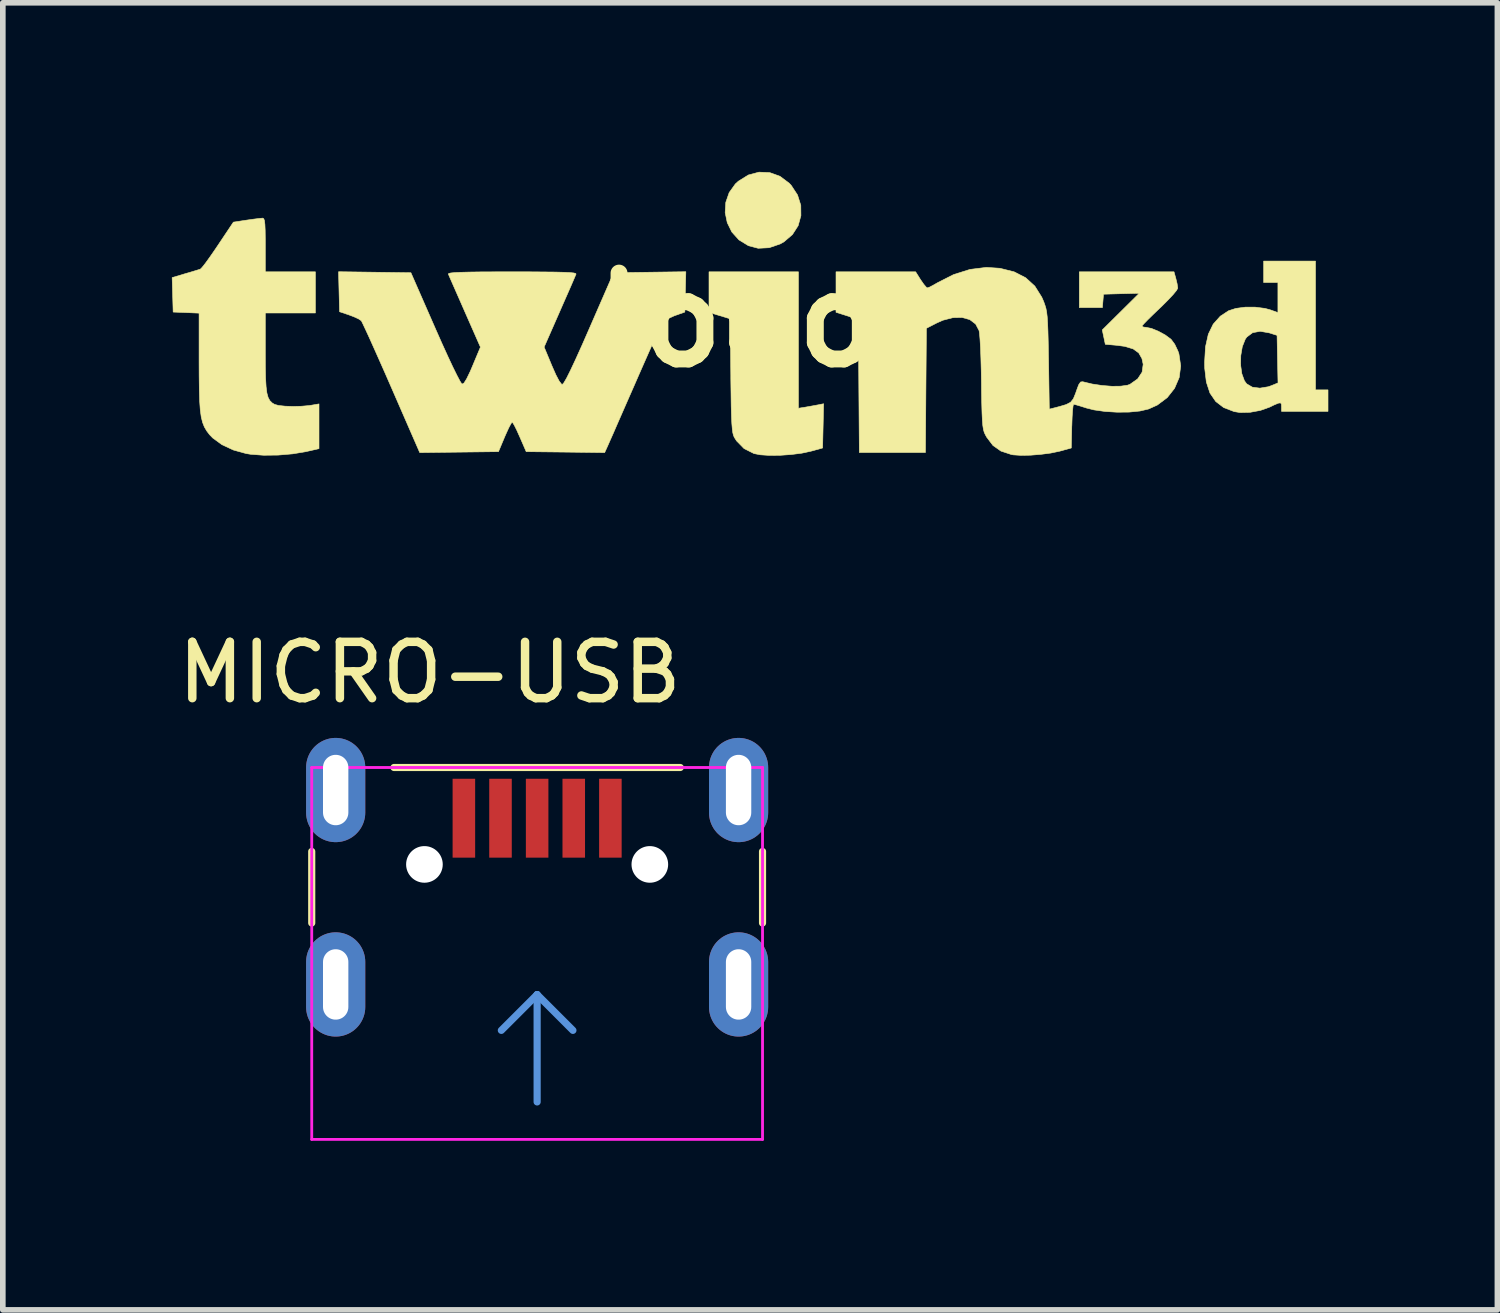
<source format=kicad_pcb>
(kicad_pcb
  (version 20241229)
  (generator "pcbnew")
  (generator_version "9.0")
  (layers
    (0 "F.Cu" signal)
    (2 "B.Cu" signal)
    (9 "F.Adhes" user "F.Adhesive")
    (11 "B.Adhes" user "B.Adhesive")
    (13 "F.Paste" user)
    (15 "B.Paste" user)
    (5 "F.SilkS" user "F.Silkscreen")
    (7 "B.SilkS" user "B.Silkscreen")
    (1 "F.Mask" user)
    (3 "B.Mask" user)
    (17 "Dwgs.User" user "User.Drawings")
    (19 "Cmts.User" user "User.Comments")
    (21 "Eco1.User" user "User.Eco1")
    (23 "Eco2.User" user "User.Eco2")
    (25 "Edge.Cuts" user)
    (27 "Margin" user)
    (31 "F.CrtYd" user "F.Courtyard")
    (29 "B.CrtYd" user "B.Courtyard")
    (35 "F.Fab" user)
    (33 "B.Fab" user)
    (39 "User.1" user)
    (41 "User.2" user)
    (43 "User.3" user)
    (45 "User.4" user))
  (footprint "MICRO-USB"
    (layer "F.Cu")
    (at 6.482 12.695)
    (property "Reference" "MICRO-USB" (at -1.905 -3.81 0) (layer "F.SilkS") (effects (font (size 1 1) (thickness 0.15))))
    (attr through_hole)
    (fp_line (start -4 -0.635) (end -4 0.635) (stroke (width 0.127) (type solid)) (layer "F.SilkS"))
    (fp_line (start -2.54 -2.125) (end 2.54 -2.125) (stroke (width 0.127) (type solid)) (layer "F.SilkS"))
    (fp_line (start 4 -0.635) (end 4 0.635) (stroke (width 0.127) (type solid)) (layer "F.SilkS"))
    (fp_line (start 0 1.905) (end -0.635 2.54) (stroke (width 0.127) (type solid)) (layer "Cmts.User"))
    (fp_line (start 0 1.905) (end 0.635 2.54) (stroke (width 0.127) (type solid)) (layer "Cmts.User"))
    (fp_line (start 0 3.81) (end 0 1.905) (stroke (width 0.127) (type solid)) (layer "Cmts.User"))
    (fp_line (start -4 -2.125) (end -4 4.475) (stroke (width 0.05) (type solid)) (layer "F.CrtYd"))
    (fp_line (start -4 -2.125) (end 4 -2.125) (stroke (width 0.05) (type solid)) (layer "F.CrtYd"))
    (fp_line (start -4 4.475) (end 4 4.475) (stroke (width 0.05) (type solid)) (layer "F.CrtYd"))
    (fp_line (start 4 -2.125) (end 4 4.475) (stroke (width 0.05) (type solid)) (layer "F.CrtYd"))
    (pad "" np_thru_hole circle (at -2 -0.405) (size 0.65 0.65) (drill 0.65) (layers "*.Cu" "*.Mask"))
    (pad "" np_thru_hole circle (at 2 -0.405) (size 0.65 0.65) (drill 0.65) (layers "*.Cu" "*.Mask"))
    (pad "1" smd rect (at -1.3 -1.225) (size 0.4 1.4) (layers "F.Cu" "F.Mask" "F.Paste"))
    (pad "2" smd rect (at -0.65 -1.225) (size 0.4 1.4) (layers "F.Cu" "F.Mask" "F.Paste"))
    (pad "3" smd rect (at 0 -1.225) (size 0.4 1.4) (layers "F.Cu" "F.Mask" "F.Paste"))
    (pad "4" smd rect (at 0.65 -1.225) (size 0.4 1.4) (layers "F.Cu" "F.Mask" "F.Paste"))
    (pad "5" thru_hole oval (at -3.575 -1.725) (size 1.05 1.85) (drill oval 0.45 1.25) (layers "*.Cu" "*.Mask"))
    (pad "5" thru_hole oval (at -3.575 1.725) (size 1.05 1.85) (drill oval 0.45 1.25) (layers "*.Cu" "*.Mask"))
    (pad "5" smd rect (at 1.3 -1.225) (size 0.4 1.4) (layers "F.Cu" "F.Mask" "F.Paste"))
    (pad "5" thru_hole oval (at 3.575 -1.725) (size 1.05 1.85) (drill oval 0.45 1.25) (layers "*.Cu" "*.Mask"))
    (pad "5" thru_hole oval (at 3.575 1.725) (size 1.05 1.85) (drill oval 0.45 1.25) (layers "*.Cu" "*.Mask")))
  (footprint "logo"
    (layer "F.Cu")
    (at 10.04 2.631)
    (property "Reference" "logo" (at 0 0 0) (layer "F.SilkS") (effects (font (size 1.524 1.524) (thickness 0.3))))
    (attr through_hole)
    (fp_poly (pts (xy 0.57 -2.618) (xy 0.751 -2.553) (xy 0.915 -2.43) (xy 0.95 -2.393) (xy 1.063 -2.221) (xy 1.121 -2.038) (xy 1.123 -1.853) (xy 1.074 -1.676) (xy 0.973 -1.519) (xy 0.824 -1.391) (xy 0.758 -1.353) (xy 0.56 -1.285) (xy 0.365 -1.275) (xy 0.191 -1.321) (xy 0.023 -1.424) (xy -0.103 -1.564) (xy -0.184 -1.729) (xy -0.221 -1.908) (xy -0.21 -2.09) (xy -0.15 -2.263) (xy -0.04 -2.417) (xy 0.014 -2.466) (xy 0.191 -2.576) (xy 0.38 -2.626) (xy 0.57 -2.618)) (stroke (width 0.01) (type solid)) (fill yes) (layer "F.SilkS"))
    (fp_poly (pts (xy 1.079 1.564) (xy 1.199 1.545) (xy 1.311 1.525) (xy 1.419 1.505) (xy 1.422 1.505) (xy 1.526 1.484) (xy 1.517 1.877) (xy 1.508 2.269) (xy 1.302 2.326) (xy 1.14 2.361) (xy 0.952 2.385) (xy 0.754 2.399) (xy 0.566 2.401) (xy 0.404 2.39) (xy 0.29 2.368) (xy 0.115 2.28) (xy -0.019 2.143) (xy -0.059 2.08) (xy -0.074 2.045) (xy -0.086 1.997) (xy -0.095 1.928) (xy -0.103 1.832) (xy -0.109 1.702) (xy -0.114 1.53) (xy -0.117 1.31) (xy -0.121 1.034) (xy -0.121 0.981) (xy -0.131 -0.023) (xy -0.319 -0.08) (xy -0.508 -0.137) (xy -0.508 -0.857) (xy 1.079 -0.857) (xy 1.079 1.564)) (stroke (width 0.01) (type solid)) (fill yes) (layer "F.SilkS"))
    (fp_poly (pts (xy 10.255 1.238) (xy 10.477 1.238) (xy 10.477 1.619) (xy 9.652 1.619) (xy 9.652 1.54) (xy 9.65 1.49) (xy 9.634 1.468) (xy 9.594 1.474) (xy 9.516 1.507) (xy 9.443 1.543) (xy 9.278 1.602) (xy 9.093 1.636) (xy 8.915 1.64) (xy 8.811 1.623) (xy 8.626 1.552) (xy 8.484 1.443) (xy 8.382 1.294) (xy 8.318 1.099) (xy 8.289 0.855) (xy 8.288 0.796) (xy 8.926 0.796) (xy 8.948 0.952) (xy 8.994 1.077) (xy 9.034 1.131) (xy 9.135 1.19) (xy 9.268 1.207) (xy 9.419 1.182) (xy 9.479 1.16) (xy 9.59 1.114) (xy 9.581 0.692) (xy 9.573 0.27) (xy 9.433 0.226) (xy 9.273 0.198) (xy 9.139 0.223) (xy 9.037 0.299) (xy 9.009 0.338) (xy 8.956 0.471) (xy 8.929 0.63) (xy 8.926 0.796) (xy 8.288 0.796) (xy 8.287 0.748) (xy 8.303 0.474) (xy 8.353 0.25) (xy 8.44 0.071) (xy 8.566 -0.07) (xy 8.712 -0.166) (xy 8.841 -0.208) (xy 9.006 -0.23) (xy 9.186 -0.23) (xy 9.358 -0.208) (xy 9.454 -0.182) (xy 9.588 -0.134) (xy 9.588 -0.667) (xy 9.335 -0.667) (xy 9.335 -1.048) (xy 10.255 -1.048) (xy 10.255 1.238)) (stroke (width 0.01) (type solid)) (fill yes) (layer "F.SilkS"))
    (fp_poly (pts (xy -8.41 -1.8) (xy -8.397 -1.766) (xy -8.389 -1.698) (xy -8.384 -1.589) (xy -8.382 -1.428) (xy -8.382 -1.333) (xy -8.382 -0.857) (xy -7.493 -0.857) (xy -7.493 -0.127) (xy -8.382 -0.127) (xy -8.382 0.573) (xy -8.381 0.828) (xy -8.377 1.028) (xy -8.368 1.18) (xy -8.354 1.292) (xy -8.332 1.372) (xy -8.302 1.428) (xy -8.262 1.468) (xy -8.218 1.495) (xy -8.146 1.515) (xy -8.03 1.527) (xy -7.888 1.532) (xy -7.739 1.528) (xy -7.602 1.516) (xy -7.564 1.51) (xy -7.429 1.487) (xy -7.429 2.281) (xy -7.657 2.333) (xy -7.894 2.373) (xy -8.153 2.395) (xy -8.41 2.398) (xy -8.64 2.381) (xy -8.721 2.368) (xy -8.949 2.305) (xy -9.152 2.21) (xy -9.314 2.092) (xy -9.371 2.033) (xy -9.422 1.966) (xy -9.463 1.896) (xy -9.495 1.815) (xy -9.519 1.717) (xy -9.536 1.593) (xy -9.547 1.434) (xy -9.553 1.235) (xy -9.556 0.986) (xy -9.557 0.742) (xy -9.557 -0.124) (xy -9.787 -0.134) (xy -10.017 -0.143) (xy -10.026 -0.449) (xy -10.035 -0.755) (xy -9.804 -0.824) (xy -9.687 -0.858) (xy -9.592 -0.887) (xy -9.537 -0.904) (xy -9.534 -0.905) (xy -9.504 -0.935) (xy -9.446 -1.008) (xy -9.368 -1.116) (xy -9.276 -1.249) (xy -9.222 -1.329) (xy -8.948 -1.739) (xy -8.711 -1.775) (xy -8.59 -1.792) (xy -8.491 -1.804) (xy -8.432 -1.81) (xy -8.428 -1.81) (xy -8.41 -1.8)) (stroke (width 0.01) (type solid)) (fill yes) (layer "F.SilkS"))
    (fp_poly (pts (xy -0.928 -0.501) (xy -0.937 -0.143) (xy -1.123 -0.077) (xy -1.264 -0.014) (xy -1.343 0.054) (xy -1.351 0.066) (xy -1.372 0.113) (xy -1.417 0.21) (xy -1.479 0.351) (xy -1.558 0.529) (xy -1.649 0.735) (xy -1.75 0.964) (xy -1.835 1.159) (xy -1.941 1.4) (xy -2.04 1.626) (xy -2.129 1.829) (xy -2.204 2.002) (xy -2.264 2.137) (xy -2.304 2.228) (xy -2.32 2.263) (xy -2.36 2.351) (xy -3.056 2.342) (xy -3.752 2.334) (xy -3.866 2.072) (xy -3.918 1.956) (xy -3.963 1.866) (xy -3.994 1.816) (xy -4.001 1.81) (xy -4.022 1.837) (xy -4.061 1.91) (xy -4.109 2.015) (xy -4.134 2.072) (xy -4.244 2.334) (xy -5.641 2.351) (xy -6.143 1.199) (xy -6.254 0.945) (xy -6.359 0.708) (xy -6.454 0.495) (xy -6.536 0.312) (xy -6.603 0.167) (xy -6.651 0.065) (xy -6.677 0.013) (xy -6.681 0.009) (xy -6.729 -0.023) (xy -6.816 -0.062) (xy -6.89 -0.09) (xy -7.064 -0.149) (xy -7.073 -0.504) (xy -7.082 -0.859) (xy -6.44 -0.85) (xy -5.798 -0.841) (xy -5.367 0.143) (xy -5.25 0.407) (xy -5.145 0.638) (xy -5.055 0.83) (xy -4.981 0.98) (xy -4.927 1.082) (xy -4.895 1.131) (xy -4.889 1.135) (xy -4.855 1.115) (xy -4.809 1.042) (xy -4.746 0.912) (xy -4.703 0.811) (xy -4.564 0.479) (xy -4.841 -0.15) (xy -4.923 -0.337) (xy -4.997 -0.505) (xy -5.059 -0.646) (xy -5.105 -0.751) (xy -5.13 -0.809) (xy -5.134 -0.818) (xy -5.126 -0.828) (xy -5.089 -0.837) (xy -5.018 -0.844) (xy -4.909 -0.849) (xy -4.756 -0.853) (xy -4.553 -0.856) (xy -4.297 -0.857) (xy -4 -0.857) (xy -3.689 -0.857) (xy -3.436 -0.855) (xy -3.236 -0.853) (xy -3.085 -0.849) (xy -2.978 -0.844) (xy -2.909 -0.837) (xy -2.874 -0.828) (xy -2.867 -0.818) (xy -2.884 -0.778) (xy -2.922 -0.689) (xy -2.978 -0.56) (xy -3.048 -0.401) (xy -3.128 -0.219) (xy -3.158 -0.15) (xy -3.434 0.478) (xy -3.296 0.81) (xy -3.225 0.971) (xy -3.167 1.081) (xy -3.125 1.136) (xy -3.111 1.142) (xy -3.085 1.114) (xy -3.036 1.031) (xy -2.966 0.891) (xy -2.874 0.695) (xy -2.759 0.44) (xy -2.632 0.15) (xy -2.2 -0.841) (xy -1.559 -0.85) (xy -0.919 -0.859) (xy -0.928 -0.501)) (stroke (width 0.01) (type solid)) (fill yes) (layer "F.SilkS"))
    (fp_poly (pts (xy 4.655 -0.92) (xy 4.907 -0.857) (xy 5.112 -0.752) (xy 5.274 -0.604) (xy 5.397 -0.408) (xy 5.432 -0.328) (xy 5.453 -0.269) (xy 5.471 -0.21) (xy 5.484 -0.142) (xy 5.494 -0.057) (xy 5.501 0.054) (xy 5.507 0.199) (xy 5.512 0.388) (xy 5.516 0.628) (xy 5.518 0.718) (xy 5.531 1.58) (xy 5.71 1.534) (xy 5.831 1.498) (xy 5.908 1.458) (xy 5.958 1.396) (xy 5.999 1.295) (xy 6.016 1.245) (xy 6.053 1.146) (xy 6.086 1.098) (xy 6.123 1.093) (xy 6.288 1.133) (xy 6.467 1.16) (xy 6.643 1.174) (xy 6.799 1.172) (xy 6.919 1.155) (xy 6.963 1.139) (xy 7.1 1.042) (xy 7.178 0.923) (xy 7.197 0.784) (xy 7.175 0.682) (xy 7.118 0.582) (xy 7.02 0.511) (xy 6.872 0.466) (xy 6.731 0.447) (xy 6.525 0.429) (xy 6.498 0.301) (xy 6.471 0.174) (xy 7.128 -0.477) (xy 6.81 -0.469) (xy 6.493 -0.46) (xy 6.483 -0.341) (xy 6.473 -0.222) (xy 6.269 -0.222) (xy 6.064 -0.222) (xy 6.064 -0.857) (xy 6.904 -0.857) (xy 7.744 -0.857) (xy 7.777 -0.738) (xy 7.799 -0.647) (xy 7.81 -0.575) (xy 7.81 -0.566) (xy 7.788 -0.526) (xy 7.728 -0.453) (xy 7.637 -0.356) (xy 7.526 -0.245) (xy 7.493 -0.214) (xy 7.378 -0.104) (xy 7.281 -0.009) (xy 7.211 0.063) (xy 7.177 0.102) (xy 7.176 0.106) (xy 7.202 0.123) (xy 7.247 0.128) (xy 7.343 0.147) (xy 7.464 0.196) (xy 7.586 0.262) (xy 7.685 0.335) (xy 7.693 0.342) (xy 7.757 0.428) (xy 7.813 0.546) (xy 7.831 0.597) (xy 7.863 0.813) (xy 7.836 1.019) (xy 7.754 1.21) (xy 7.624 1.375) (xy 7.448 1.507) (xy 7.29 1.578) (xy 7.14 1.613) (xy 6.948 1.632) (xy 6.735 1.634) (xy 6.52 1.621) (xy 6.323 1.593) (xy 6.191 1.56) (xy 6.084 1.526) (xy 6.002 1.502) (xy 5.962 1.493) (xy 5.962 1.493) (xy 5.953 1.522) (xy 5.944 1.603) (xy 5.936 1.723) (xy 5.931 1.871) (xy 5.93 1.881) (xy 5.921 2.269) (xy 5.715 2.326) (xy 5.562 2.358) (xy 5.383 2.382) (xy 5.198 2.397) (xy 5.027 2.4) (xy 4.891 2.391) (xy 4.858 2.385) (xy 4.673 2.324) (xy 4.531 2.224) (xy 4.419 2.076) (xy 4.395 2.032) (xy 4.376 1.991) (xy 4.362 1.94) (xy 4.351 1.871) (xy 4.343 1.775) (xy 4.337 1.645) (xy 4.332 1.472) (xy 4.328 1.248) (xy 4.327 1.111) (xy 4.323 0.884) (xy 4.317 0.672) (xy 4.31 0.486) (xy 4.301 0.335) (xy 4.292 0.23) (xy 4.285 0.186) (xy 4.224 0.07) (xy 4.12 -0.009) (xy 3.983 -0.047) (xy 3.82 -0.044) (xy 3.643 0.002) (xy 3.537 0.049) (xy 3.35 0.145) (xy 3.341 1.247) (xy 3.333 2.349) (xy 2.16 2.349) (xy 2.151 1.169) (xy 2.143 -0.012) (xy 1.945 -0.076) (xy 1.746 -0.139) (xy 1.746 -0.857) (xy 2.453 -0.857) (xy 3.159 -0.857) (xy 3.249 -0.714) (xy 3.305 -0.634) (xy 3.35 -0.582) (xy 3.368 -0.572) (xy 3.409 -0.587) (xy 3.484 -0.627) (xy 3.548 -0.664) (xy 3.832 -0.808) (xy 4.124 -0.9) (xy 4.414 -0.936) (xy 4.655 -0.92)) (stroke (width 0.01) (type solid)) (fill yes) (layer "F.SilkS")))
  (gr_rect
    (start -3 -3)
    (end 23.523 20.195)
    (stroke (width 0.1) (type default))
    (fill no)
    (layer "Edge.Cuts")))
</source>
